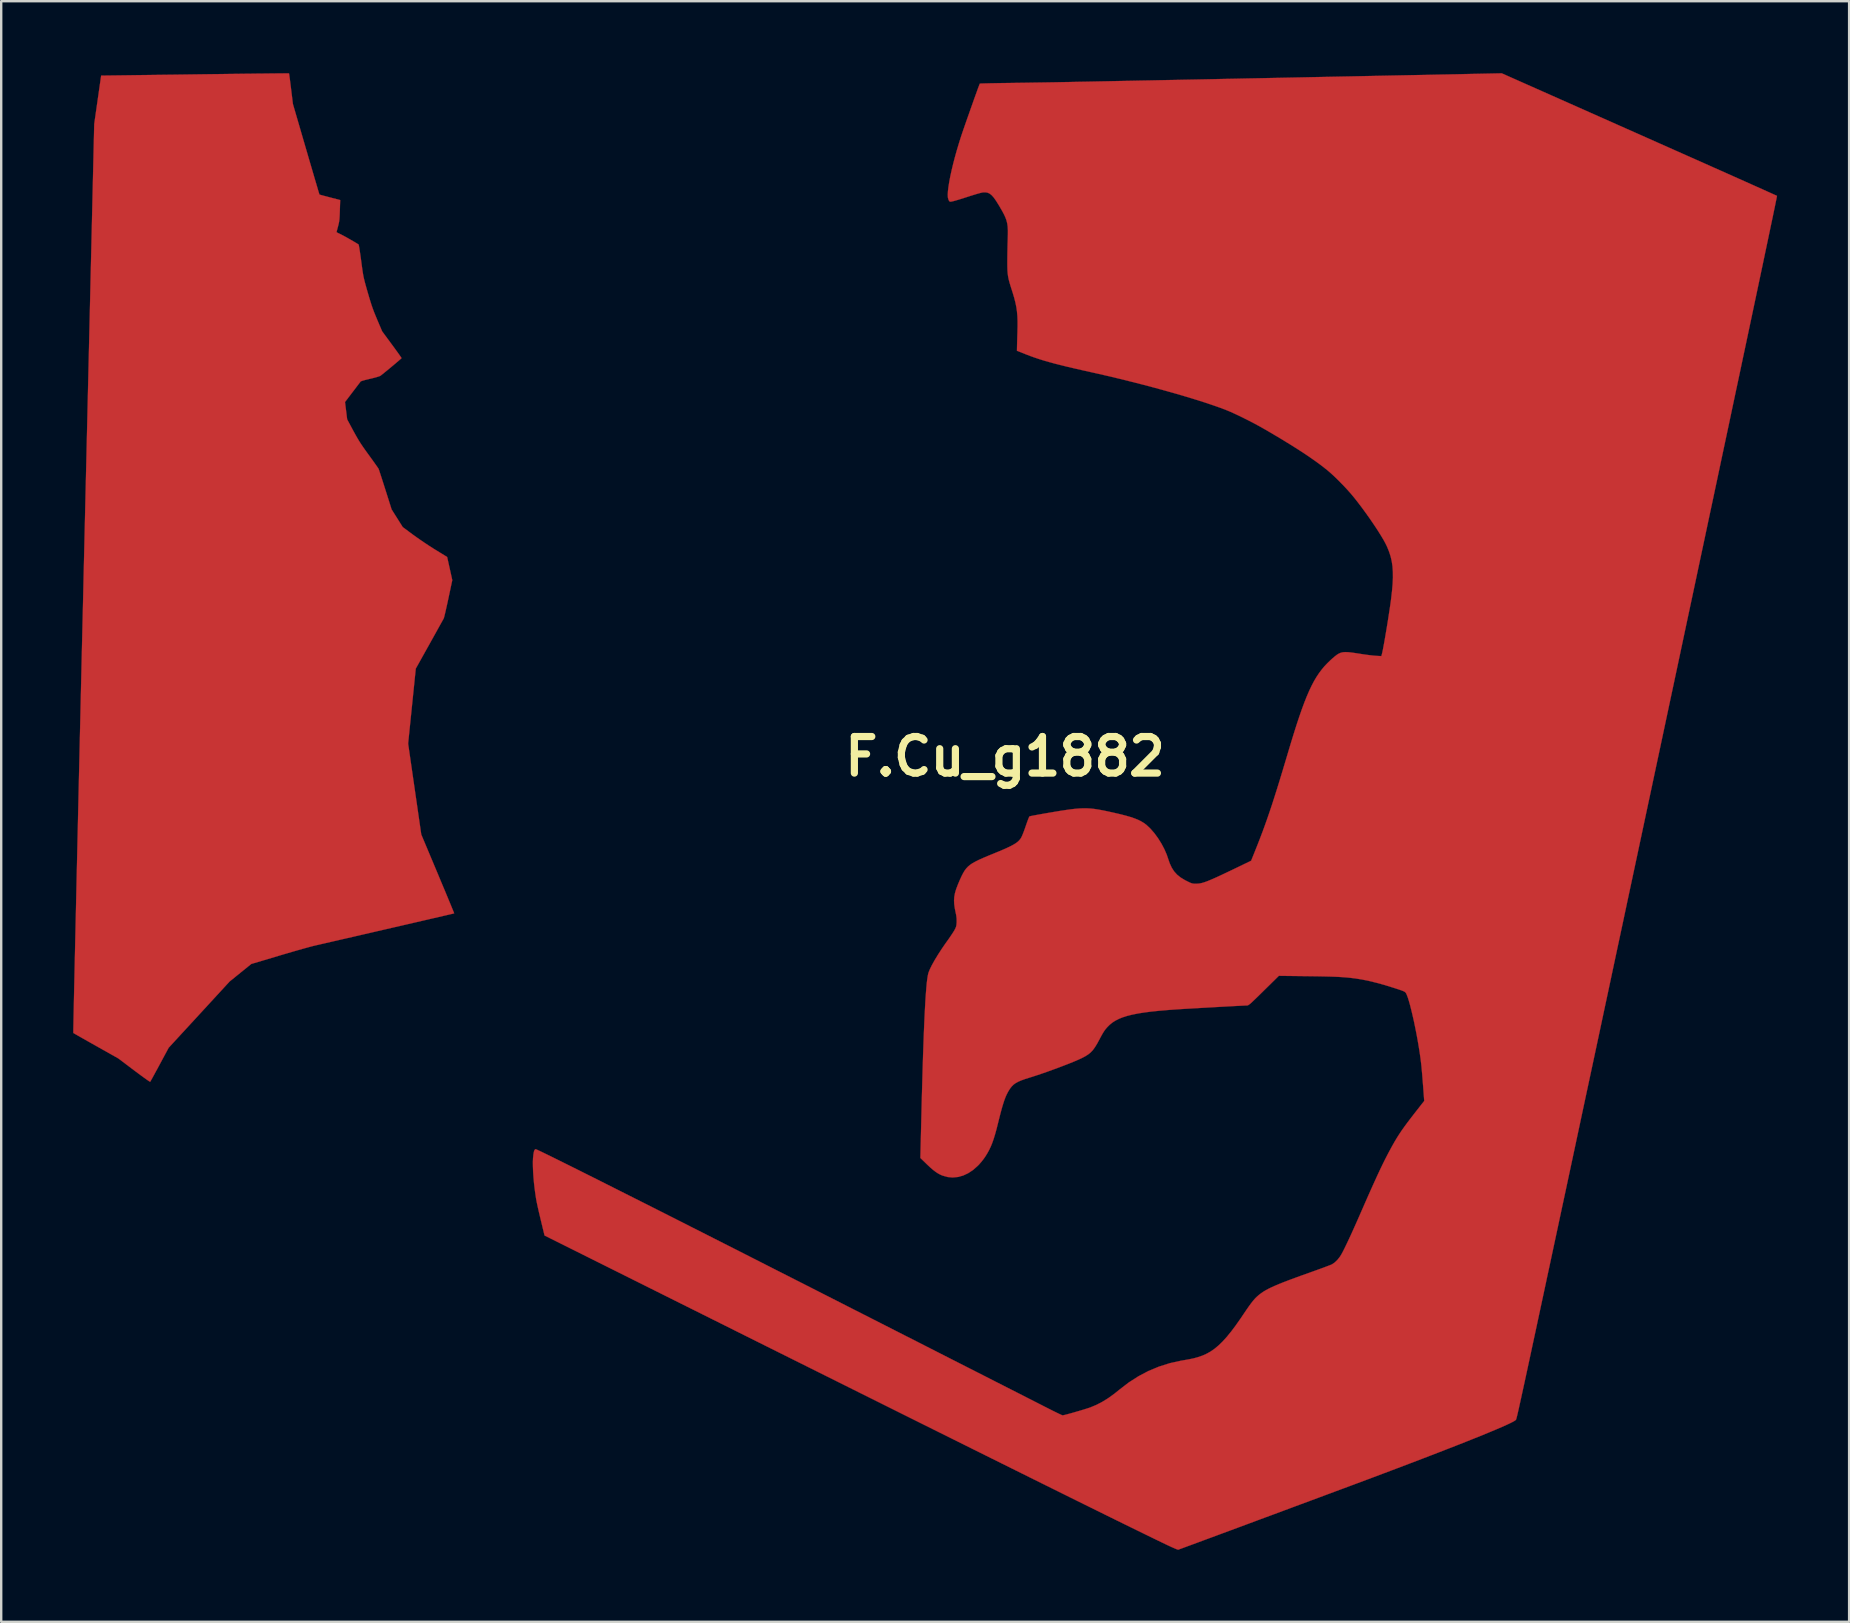
<source format=kicad_pcb>
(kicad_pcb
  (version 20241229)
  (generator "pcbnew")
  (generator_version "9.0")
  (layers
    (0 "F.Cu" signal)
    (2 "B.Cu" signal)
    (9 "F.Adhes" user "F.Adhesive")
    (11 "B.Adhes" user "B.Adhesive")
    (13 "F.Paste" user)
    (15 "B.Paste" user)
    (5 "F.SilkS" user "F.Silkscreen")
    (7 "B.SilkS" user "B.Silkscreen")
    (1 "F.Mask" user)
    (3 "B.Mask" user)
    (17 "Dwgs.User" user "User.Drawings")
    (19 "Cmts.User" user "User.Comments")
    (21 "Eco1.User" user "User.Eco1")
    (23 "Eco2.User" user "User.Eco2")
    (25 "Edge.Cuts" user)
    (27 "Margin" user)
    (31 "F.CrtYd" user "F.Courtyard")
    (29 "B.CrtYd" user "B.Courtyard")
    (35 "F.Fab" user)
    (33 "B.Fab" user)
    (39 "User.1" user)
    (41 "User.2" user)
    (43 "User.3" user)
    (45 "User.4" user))
  (footprint "F.Cu_g1882"
    (layer "F.Cu")
    (at 38.829 28.475)
    (property "Reference" "F.Cu_g1882" (at 0 0 0) (layer "F.SilkS") (effects (font (size 1.524 1.524) (thickness 0.3))))
    (attr through_hole)
    (fp_poly (pts (xy -29.843 -28.468) (xy -29.837 -28.467) (xy -29.832 -28.445) (xy -29.823 -28.386) (xy -29.811 -28.295) (xy -29.795 -28.178) (xy -29.778 -28.039) (xy -29.758 -27.885) (xy -29.751 -27.824) (xy -29.673 -27.189) (xy -29.124 -25.306) (xy -29.044 -25.033) (xy -28.968 -24.772) (xy -28.895 -24.525) (xy -28.828 -24.296) (xy -28.767 -24.087) (xy -28.712 -23.902) (xy -28.665 -23.742) (xy -28.627 -23.611) (xy -28.597 -23.511) (xy -28.577 -23.446) (xy -28.569 -23.419) (xy -28.568 -23.418) (xy -28.547 -23.411) (xy -28.491 -23.395) (xy -28.406 -23.372) (xy -28.299 -23.344) (xy -28.174 -23.311) (xy -28.133 -23.3) (xy -27.704 -23.188) (xy -27.718 -22.754) (xy -27.723 -22.6) (xy -27.729 -22.48) (xy -27.736 -22.384) (xy -27.746 -22.304) (xy -27.76 -22.23) (xy -27.778 -22.153) (xy -27.793 -22.093) (xy -27.818 -22.001) (xy -27.838 -21.924) (xy -27.851 -21.872) (xy -27.855 -21.854) (xy -27.838 -21.84) (xy -27.79 -21.814) (xy -27.724 -21.782) (xy -27.712 -21.777) (xy -27.655 -21.748) (xy -27.574 -21.706) (xy -27.477 -21.653) (xy -27.37 -21.593) (xy -27.261 -21.531) (xy -27.157 -21.471) (xy -27.065 -21.417) (xy -26.993 -21.373) (xy -26.947 -21.343) (xy -26.936 -21.335) (xy -26.929 -21.31) (xy -26.917 -21.248) (xy -26.901 -21.155) (xy -26.883 -21.035) (xy -26.862 -20.894) (xy -26.84 -20.736) (xy -26.828 -20.644) (xy -26.803 -20.457) (xy -26.782 -20.304) (xy -26.763 -20.177) (xy -26.745 -20.066) (xy -26.725 -19.964) (xy -26.701 -19.862) (xy -26.673 -19.752) (xy -26.639 -19.626) (xy -26.596 -19.474) (xy -26.556 -19.335) (xy -26.496 -19.13) (xy -26.443 -18.956) (xy -26.395 -18.805) (xy -26.347 -18.667) (xy -26.296 -18.531) (xy -26.239 -18.389) (xy -26.173 -18.231) (xy -26.164 -18.208) (xy -25.955 -17.718) (xy -25.55 -17.169) (xy -25.452 -17.035) (xy -25.363 -16.912) (xy -25.285 -16.804) (xy -25.222 -16.715) (xy -25.176 -16.649) (xy -25.151 -16.61) (xy -25.147 -16.602) (xy -25.163 -16.586) (xy -25.206 -16.546) (xy -25.273 -16.489) (xy -25.356 -16.418) (xy -25.453 -16.336) (xy -25.557 -16.249) (xy -25.663 -16.161) (xy -25.766 -16.076) (xy -25.862 -15.998) (xy -25.945 -15.931) (xy -26.01 -15.88) (xy -26.026 -15.868) (xy -26.065 -15.85) (xy -26.138 -15.825) (xy -26.238 -15.796) (xy -26.359 -15.765) (xy -26.453 -15.743) (xy -26.574 -15.714) (xy -26.682 -15.687) (xy -26.768 -15.662) (xy -26.827 -15.642) (xy -26.85 -15.63) (xy -26.868 -15.606) (xy -26.908 -15.554) (xy -26.967 -15.477) (xy -27.039 -15.382) (xy -27.122 -15.273) (xy -27.187 -15.188) (xy -27.503 -14.773) (xy -27.413 -14.049) (xy -27.159 -13.576) (xy -27.076 -13.425) (xy -27.001 -13.293) (xy -26.929 -13.171) (xy -26.854 -13.052) (xy -26.771 -12.928) (xy -26.674 -12.789) (xy -26.558 -12.628) (xy -26.515 -12.569) (xy -26.418 -12.435) (xy -26.329 -12.311) (xy -26.25 -12.2) (xy -26.185 -12.109) (xy -26.137 -12.04) (xy -26.11 -11.999) (xy -26.105 -11.991) (xy -26.094 -11.962) (xy -26.072 -11.897) (xy -26.04 -11.801) (xy -26 -11.678) (xy -25.953 -11.533) (xy -25.901 -11.37) (xy -25.845 -11.194) (xy -25.822 -11.123) (xy -25.561 -10.298) (xy -25.329 -9.929) (xy -25.097 -9.561) (xy -24.672 -9.245) (xy -24.527 -9.141) (xy -24.358 -9.023) (xy -24.176 -8.899) (xy -23.993 -8.778) (xy -23.821 -8.668) (xy -23.747 -8.622) (xy -23.247 -8.315) (xy -23.14 -7.834) (xy -23.033 -7.352) (xy -23.197 -6.581) (xy -23.235 -6.404) (xy -23.272 -6.239) (xy -23.305 -6.09) (xy -23.335 -5.962) (xy -23.359 -5.861) (xy -23.378 -5.791) (xy -23.389 -5.757) (xy -23.389 -5.757) (xy -23.404 -5.729) (xy -23.438 -5.668) (xy -23.489 -5.576) (xy -23.554 -5.459) (xy -23.632 -5.319) (xy -23.72 -5.159) (xy -23.818 -4.984) (xy -23.922 -4.797) (xy -23.985 -4.684) (xy -24.554 -3.664) (xy -24.873 -0.54) (xy -24.599 1.355) (xy -24.325 3.249) (xy -23.636 4.889) (xy -23.532 5.139) (xy -23.432 5.377) (xy -23.338 5.6) (xy -23.252 5.807) (xy -23.175 5.993) (xy -23.107 6.157) (xy -23.05 6.295) (xy -23.005 6.404) (xy -22.973 6.482) (xy -22.956 6.526) (xy -22.953 6.534) (xy -22.973 6.539) (xy -23.033 6.554) (xy -23.128 6.576) (xy -23.257 6.606) (xy -23.417 6.643) (xy -23.604 6.687) (xy -23.818 6.736) (xy -24.055 6.791) (xy -24.312 6.85) (xy -24.586 6.914) (xy -24.876 6.981) (xy -25.179 7.051) (xy -25.492 7.123) (xy -25.812 7.197) (xy -26.137 7.272) (xy -26.464 7.348) (xy -26.791 7.423) (xy -27.114 7.498) (xy -27.432 7.571) (xy -27.742 7.642) (xy -28.041 7.711) (xy -28.327 7.777) (xy -28.597 7.839) (xy -28.744 7.873) (xy -28.832 7.894) (xy -28.954 7.926) (xy -29.107 7.968) (xy -29.285 8.017) (xy -29.482 8.073) (xy -29.695 8.134) (xy -29.916 8.199) (xy -30.142 8.265) (xy -30.251 8.298) (xy -31.409 8.643) (xy -31.86 9.008) (xy -32.311 9.373) (xy -33.581 10.754) (xy -34.851 12.134) (xy -35.228 12.835) (xy -35.313 12.994) (xy -35.393 13.14) (xy -35.464 13.271) (xy -35.525 13.382) (xy -35.573 13.468) (xy -35.605 13.526) (xy -35.621 13.552) (xy -35.621 13.552) (xy -35.641 13.544) (xy -35.691 13.512) (xy -35.767 13.46) (xy -35.865 13.39) (xy -35.982 13.305) (xy -36.114 13.208) (xy -36.258 13.1) (xy -36.292 13.075) (xy -36.946 12.581) (xy -37.878 12.056) (xy -38.06 11.953) (xy -38.231 11.857) (xy -38.387 11.768) (xy -38.525 11.69) (xy -38.641 11.624) (xy -38.731 11.572) (xy -38.793 11.536) (xy -38.822 11.519) (xy -38.824 11.517) (xy -38.824 11.496) (xy -38.824 11.433) (xy -38.822 11.329) (xy -38.819 11.186) (xy -38.816 11.005) (xy -38.811 10.786) (xy -38.806 10.53) (xy -38.8 10.239) (xy -38.793 9.913) (xy -38.785 9.553) (xy -38.776 9.16) (xy -38.767 8.735) (xy -38.757 8.28) (xy -38.746 7.794) (xy -38.734 7.28) (xy -38.722 6.737) (xy -38.709 6.167) (xy -38.696 5.571) (xy -38.682 4.95) (xy -38.667 4.304) (xy -38.652 3.635) (xy -38.636 2.944) (xy -38.62 2.231) (xy -38.603 1.497) (xy -38.586 0.744) (xy -38.568 -0.027) (xy -38.55 -0.816) (xy -38.531 -1.622) (xy -38.512 -2.444) (xy -38.493 -3.281) (xy -38.473 -4.131) (xy -38.453 -4.995) (xy -38.432 -5.87) (xy -38.411 -6.756) (xy -38.396 -7.43) (xy -37.952 -26.363) (xy -37.808 -27.369) (xy -37.664 -28.374) (xy -36.628 -28.387) (xy -36.476 -28.389) (xy -36.285 -28.392) (xy -36.059 -28.395) (xy -35.803 -28.398) (xy -35.519 -28.402) (xy -35.211 -28.406) (xy -34.884 -28.41) (xy -34.54 -28.414) (xy -34.184 -28.419) (xy -33.82 -28.424) (xy -33.451 -28.429) (xy -33.08 -28.434) (xy -32.718 -28.438) (xy -32.373 -28.443) (xy -32.039 -28.447) (xy -31.72 -28.451) (xy -31.417 -28.454) (xy -31.134 -28.458) (xy -30.871 -28.46) (xy -30.633 -28.463) (xy -30.421 -28.465) (xy -30.238 -28.466) (xy -30.087 -28.468) (xy -29.968 -28.468) (xy -29.887 -28.468) (xy -29.843 -28.468)) (stroke (width 0.01) (type solid)) (fill yes) (layer "F.Cu"))
    (fp_poly (pts (xy 25.468 -26.351) (xy 25.908 -26.155) (xy 26.346 -25.961) (xy 26.779 -25.768) (xy 27.204 -25.579) (xy 27.62 -25.394) (xy 28.025 -25.214) (xy 28.416 -25.04) (xy 28.792 -24.873) (xy 29.149 -24.714) (xy 29.487 -24.563) (xy 29.803 -24.423) (xy 30.094 -24.293) (xy 30.36 -24.174) (xy 30.596 -24.069) (xy 30.803 -23.977) (xy 30.976 -23.899) (xy 31.115 -23.837) (xy 31.202 -23.798) (xy 32.168 -23.364) (xy 32.141 -23.223) (xy 32.126 -23.151) (xy 32.103 -23.038) (xy 32.072 -22.885) (xy 32.032 -22.695) (xy 31.985 -22.466) (xy 31.929 -22.202) (xy 31.866 -21.902) (xy 31.796 -21.567) (xy 31.718 -21.199) (xy 31.634 -20.798) (xy 31.543 -20.366) (xy 31.445 -19.903) (xy 31.341 -19.411) (xy 31.231 -18.89) (xy 31.115 -18.341) (xy 30.993 -17.766) (xy 30.866 -17.165) (xy 30.733 -16.54) (xy 30.596 -15.891) (xy 30.453 -15.22) (xy 30.306 -14.526) (xy 30.155 -13.812) (xy 29.999 -13.079) (xy 29.839 -12.326) (xy 29.676 -11.556) (xy 29.509 -10.769) (xy 29.338 -9.967) (xy 29.165 -9.15) (xy 28.988 -8.319) (xy 28.809 -7.475) (xy 28.627 -6.619) (xy 28.442 -5.753) (xy 28.256 -4.876) (xy 28.068 -3.991) (xy 27.878 -3.098) (xy 27.686 -2.198) (xy 27.494 -1.293) (xy 27.3 -0.382) (xy 27.105 0.532) (xy 26.91 1.45) (xy 26.714 2.369) (xy 26.518 3.29) (xy 26.322 4.21) (xy 26.126 5.129) (xy 25.93 6.046) (xy 25.736 6.96) (xy 25.541 7.871) (xy 25.348 8.776) (xy 25.157 9.675) (xy 24.966 10.567) (xy 24.778 11.452) (xy 24.591 12.327) (xy 24.406 13.193) (xy 24.223 14.047) (xy 24.043 14.89) (xy 23.866 15.72) (xy 23.692 16.536) (xy 23.521 17.337) (xy 23.353 18.123) (xy 23.188 18.891) (xy 23.028 19.642) (xy 22.871 20.374) (xy 22.719 21.086) (xy 22.57 21.777) (xy 22.543 21.907) (xy 22.419 22.485) (xy 22.304 23.022) (xy 22.197 23.521) (xy 22.098 23.983) (xy 22.006 24.409) (xy 21.922 24.801) (xy 21.845 25.16) (xy 21.774 25.488) (xy 21.71 25.786) (xy 21.652 26.055) (xy 21.599 26.297) (xy 21.552 26.513) (xy 21.51 26.705) (xy 21.473 26.874) (xy 21.44 27.022) (xy 21.412 27.15) (xy 21.387 27.259) (xy 21.366 27.351) (xy 21.348 27.427) (xy 21.333 27.489) (xy 21.321 27.538) (xy 21.311 27.576) (xy 21.302 27.604) (xy 21.296 27.623) (xy 21.291 27.635) (xy 21.287 27.64) (xy 21.247 27.673) (xy 21.167 27.719) (xy 21.048 27.779) (xy 20.892 27.852) (xy 20.699 27.938) (xy 20.469 28.037) (xy 20.203 28.148) (xy 19.903 28.272) (xy 19.568 28.407) (xy 19.199 28.554) (xy 18.797 28.713) (xy 18.363 28.882) (xy 17.898 29.062) (xy 17.402 29.253) (xy 16.875 29.454) (xy 16.319 29.665) (xy 15.734 29.886) (xy 15.122 30.116) (xy 14.481 30.355) (xy 14.446 30.368) (xy 14.127 30.487) (xy 13.792 30.611) (xy 13.444 30.741) (xy 13.084 30.875) (xy 12.715 31.012) (xy 12.34 31.151) (xy 11.961 31.292) (xy 11.581 31.433) (xy 11.201 31.575) (xy 10.824 31.714) (xy 10.453 31.852) (xy 10.09 31.987) (xy 9.737 32.118) (xy 9.398 32.244) (xy 9.073 32.364) (xy 8.766 32.478) (xy 8.479 32.584) (xy 8.214 32.682) (xy 7.974 32.771) (xy 7.761 32.85) (xy 7.578 32.917) (xy 7.427 32.973) (xy 7.31 33.016) (xy 7.23 33.045) (xy 7.218 33.05) (xy 7.191 33.044) (xy 7.131 33.022) (xy 7.045 32.986) (xy 6.937 32.938) (xy 6.813 32.881) (xy 6.71 32.832) (xy 6.519 32.74) (xy 6.308 32.638) (xy 6.078 32.526) (xy 5.828 32.404) (xy 5.556 32.271) (xy 5.263 32.128) (xy 4.948 31.973) (xy 4.61 31.807) (xy 4.249 31.629) (xy 3.864 31.439) (xy 3.455 31.237) (xy 3.02 31.022) (xy 2.56 30.794) (xy 2.074 30.553) (xy 1.561 30.299) (xy 1.021 30.031) (xy 0.453 29.749) (xy -0.143 29.453) (xy -0.769 29.142) (xy -1.424 28.816) (xy -2.109 28.475) (xy -2.825 28.119) (xy -3.573 27.747) (xy -4.352 27.359) (xy -5.164 26.954) (xy -6.009 26.533) (xy -6.887 26.095) (xy -7.8 25.64) (xy -8.747 25.168) (xy -9.73 24.678) (xy -10.749 24.17) (xy -11.804 23.643) (xy -12.896 23.098) (xy -13.261 22.916) (xy -19.188 19.958) (xy -19.342 19.319) (xy -19.393 19.106) (xy -19.435 18.928) (xy -19.469 18.777) (xy -19.497 18.646) (xy -19.521 18.53) (xy -19.541 18.421) (xy -19.558 18.312) (xy -19.575 18.197) (xy -19.592 18.068) (xy -19.599 18.013) (xy -19.627 17.773) (xy -19.648 17.533) (xy -19.664 17.301) (xy -19.672 17.086) (xy -19.674 16.894) (xy -19.668 16.735) (xy -19.665 16.707) (xy -19.65 16.568) (xy -19.632 16.469) (xy -19.61 16.404) (xy -19.582 16.369) (xy -19.556 16.362) (xy -19.529 16.371) (xy -19.466 16.4) (xy -19.367 16.446) (xy -19.232 16.511) (xy -19.064 16.593) (xy -18.862 16.692) (xy -18.628 16.808) (xy -18.362 16.94) (xy -18.066 17.087) (xy -17.741 17.249) (xy -17.386 17.427) (xy -17.004 17.618) (xy -16.595 17.824) (xy -16.16 18.043) (xy -15.7 18.275) (xy -15.215 18.519) (xy -14.707 18.775) (xy -14.177 19.043) (xy -13.625 19.322) (xy -13.053 19.612) (xy -12.46 19.912) (xy -11.849 20.222) (xy -11.22 20.541) (xy -10.574 20.869) (xy -10.456 20.929) (xy -10.239 21.039) (xy -9.992 21.165) (xy -9.719 21.304) (xy -9.42 21.456) (xy -9.098 21.619) (xy -8.755 21.794) (xy -8.392 21.978) (xy -8.012 22.171) (xy -7.617 22.372) (xy -7.208 22.58) (xy -6.788 22.794) (xy -6.359 23.013) (xy -5.921 23.235) (xy -5.478 23.46) (xy -5.032 23.687) (xy -4.583 23.916) (xy -4.135 24.144) (xy -3.689 24.37) (xy -3.248 24.595) (xy -2.812 24.817) (xy -2.384 25.035) (xy -1.967 25.247) (xy -1.561 25.454) (xy -1.169 25.653) (xy -0.793 25.844) (xy -0.435 26.027) (xy -0.096 26.199) (xy 0.22 26.36) (xy 0.513 26.509) (xy 0.781 26.646) (xy 1.021 26.768) (xy 1.231 26.875) (xy 1.41 26.966) (xy 1.556 27.04) (xy 1.666 27.097) (xy 1.685 27.106) (xy 1.842 27.186) (xy 1.989 27.26) (xy 2.119 27.324) (xy 2.23 27.378) (xy 2.317 27.419) (xy 2.375 27.445) (xy 2.398 27.453) (xy 2.434 27.447) (xy 2.504 27.431) (xy 2.6 27.406) (xy 2.718 27.374) (xy 2.849 27.337) (xy 2.987 27.297) (xy 3.125 27.257) (xy 3.258 27.217) (xy 3.377 27.18) (xy 3.477 27.148) (xy 3.551 27.123) (xy 3.556 27.121) (xy 3.81 27.015) (xy 4.056 26.887) (xy 4.302 26.735) (xy 4.554 26.553) (xy 4.763 26.385) (xy 5.152 26.085) (xy 5.557 25.825) (xy 5.978 25.603) (xy 6.416 25.421) (xy 6.869 25.278) (xy 7.34 25.174) (xy 7.382 25.167) (xy 7.538 25.14) (xy 7.662 25.118) (xy 7.761 25.098) (xy 7.845 25.08) (xy 7.922 25.06) (xy 8.002 25.038) (xy 8.043 25.026) (xy 8.226 24.963) (xy 8.401 24.885) (xy 8.57 24.79) (xy 8.736 24.674) (xy 8.901 24.536) (xy 9.069 24.373) (xy 9.241 24.183) (xy 9.421 23.962) (xy 9.61 23.71) (xy 9.813 23.422) (xy 9.942 23.23) (xy 10.066 23.047) (xy 10.172 22.895) (xy 10.264 22.77) (xy 10.346 22.667) (xy 10.421 22.581) (xy 10.495 22.508) (xy 10.57 22.442) (xy 10.599 22.419) (xy 10.679 22.358) (xy 10.767 22.298) (xy 10.865 22.239) (xy 10.977 22.179) (xy 11.104 22.117) (xy 11.251 22.051) (xy 11.419 21.979) (xy 11.613 21.902) (xy 11.835 21.817) (xy 12.089 21.723) (xy 12.376 21.618) (xy 12.701 21.503) (xy 12.713 21.498) (xy 12.893 21.434) (xy 13.065 21.372) (xy 13.222 21.315) (xy 13.361 21.263) (xy 13.476 21.219) (xy 13.563 21.186) (xy 13.615 21.163) (xy 13.623 21.16) (xy 13.737 21.083) (xy 13.852 20.973) (xy 13.96 20.835) (xy 13.969 20.822) (xy 14.015 20.745) (xy 14.077 20.631) (xy 14.152 20.482) (xy 14.24 20.3) (xy 14.341 20.087) (xy 14.452 19.846) (xy 14.572 19.579) (xy 14.702 19.287) (xy 14.838 18.976) (xy 15 18.606) (xy 15.147 18.272) (xy 15.282 17.97) (xy 15.405 17.697) (xy 15.518 17.45) (xy 15.623 17.225) (xy 15.722 17.019) (xy 15.816 16.828) (xy 15.907 16.649) (xy 15.996 16.479) (xy 16.085 16.315) (xy 16.14 16.214) (xy 16.235 16.046) (xy 16.328 15.891) (xy 16.424 15.74) (xy 16.526 15.587) (xy 16.639 15.427) (xy 16.767 15.253) (xy 16.915 15.059) (xy 17.058 14.874) (xy 17.468 14.35) (xy 17.422 13.731) (xy 17.408 13.556) (xy 17.394 13.378) (xy 17.38 13.207) (xy 17.366 13.052) (xy 17.354 12.921) (xy 17.344 12.827) (xy 17.316 12.595) (xy 17.281 12.348) (xy 17.24 12.09) (xy 17.195 11.826) (xy 17.146 11.56) (xy 17.094 11.296) (xy 17.041 11.04) (xy 16.986 10.797) (xy 16.932 10.57) (xy 16.88 10.364) (xy 16.829 10.184) (xy 16.782 10.035) (xy 16.738 9.921) (xy 16.72 9.881) (xy 16.703 9.851) (xy 16.682 9.826) (xy 16.651 9.802) (xy 16.606 9.778) (xy 16.541 9.752) (xy 16.449 9.719) (xy 16.327 9.679) (xy 16.221 9.645) (xy 15.846 9.528) (xy 15.502 9.432) (xy 15.185 9.354) (xy 14.888 9.293) (xy 14.607 9.247) (xy 14.552 9.24) (xy 14.424 9.225) (xy 14.298 9.211) (xy 14.169 9.2) (xy 14.032 9.19) (xy 13.883 9.181) (xy 13.718 9.174) (xy 13.532 9.168) (xy 13.32 9.163) (xy 13.078 9.158) (xy 12.802 9.154) (xy 12.569 9.151) (xy 11.411 9.137) (xy 10.784 9.754) (xy 10.629 9.907) (xy 10.501 10.032) (xy 10.397 10.132) (xy 10.314 10.211) (xy 10.249 10.271) (xy 10.199 10.313) (xy 10.161 10.342) (xy 10.132 10.36) (xy 10.109 10.369) (xy 10.088 10.372) (xy 10.083 10.372) (xy 10.045 10.373) (xy 9.968 10.376) (xy 9.858 10.382) (xy 9.719 10.389) (xy 9.555 10.397) (xy 9.371 10.407) (xy 9.17 10.418) (xy 8.957 10.43) (xy 8.737 10.442) (xy 8.514 10.455) (xy 8.291 10.467) (xy 8.075 10.48) (xy 7.868 10.492) (xy 7.676 10.503) (xy 7.502 10.513) (xy 7.351 10.522) (xy 7.227 10.53) (xy 7.218 10.531) (xy 6.807 10.56) (xy 6.435 10.592) (xy 6.101 10.626) (xy 5.802 10.665) (xy 5.535 10.707) (xy 5.298 10.755) (xy 5.089 10.807) (xy 4.904 10.866) (xy 4.742 10.931) (xy 4.6 11.004) (xy 4.475 11.084) (xy 4.366 11.173) (xy 4.319 11.218) (xy 4.251 11.288) (xy 4.192 11.356) (xy 4.138 11.43) (xy 4.082 11.517) (xy 4.02 11.625) (xy 3.947 11.762) (xy 3.927 11.8) (xy 3.831 11.976) (xy 3.743 12.118) (xy 3.658 12.234) (xy 3.567 12.33) (xy 3.466 12.412) (xy 3.348 12.487) (xy 3.206 12.562) (xy 3.191 12.569) (xy 3.062 12.629) (xy 2.899 12.699) (xy 2.708 12.777) (xy 2.496 12.86) (xy 2.268 12.947) (xy 2.032 13.034) (xy 1.793 13.121) (xy 1.558 13.203) (xy 1.333 13.279) (xy 1.125 13.347) (xy 1.021 13.379) (xy 0.828 13.44) (xy 0.67 13.497) (xy 0.542 13.553) (xy 0.438 13.611) (xy 0.352 13.674) (xy 0.279 13.747) (xy 0.212 13.833) (xy 0.173 13.893) (xy 0.118 13.985) (xy 0.068 14.084) (xy 0.019 14.195) (xy -0.029 14.322) (xy -0.077 14.47) (xy -0.129 14.643) (xy -0.184 14.846) (xy -0.245 15.083) (xy -0.288 15.258) (xy -0.353 15.518) (xy -0.415 15.742) (xy -0.475 15.937) (xy -0.535 16.108) (xy -0.598 16.261) (xy -0.667 16.404) (xy -0.743 16.541) (xy -0.83 16.68) (xy -0.842 16.699) (xy -0.911 16.794) (xy -0.997 16.901) (xy -1.086 17.003) (xy -1.131 17.049) (xy -1.328 17.224) (xy -1.535 17.361) (xy -1.747 17.46) (xy -1.964 17.519) (xy -2.181 17.54) (xy -2.397 17.52) (xy -2.61 17.459) (xy -2.696 17.422) (xy -2.792 17.37) (xy -2.889 17.307) (xy -2.994 17.227) (xy -3.112 17.125) (xy -3.249 16.997) (xy -3.3 16.947) (xy -3.527 16.727) (xy -3.48 14.793) (xy -3.464 14.147) (xy -3.447 13.542) (xy -3.431 12.979) (xy -3.415 12.456) (xy -3.398 11.972) (xy -3.382 11.527) (xy -3.365 11.12) (xy -3.348 10.75) (xy -3.331 10.417) (xy -3.314 10.12) (xy -3.296 9.858) (xy -3.278 9.63) (xy -3.26 9.436) (xy -3.241 9.276) (xy -3.221 9.147) (xy -3.201 9.05) (xy -3.186 8.997) (xy -3.127 8.853) (xy -3.042 8.682) (xy -2.934 8.488) (xy -2.805 8.275) (xy -2.658 8.047) (xy -2.496 7.809) (xy -2.393 7.665) (xy -2.316 7.556) (xy -2.241 7.445) (xy -2.174 7.344) (xy -2.122 7.261) (xy -2.104 7.229) (xy -2.063 7.15) (xy -2.038 7.085) (xy -2.024 7.017) (xy -2.017 6.929) (xy -2.015 6.901) (xy -2.016 6.761) (xy -2.032 6.622) (xy -2.053 6.52) (xy -2.092 6.328) (xy -2.116 6.158) (xy -2.124 6.002) (xy -2.114 5.851) (xy -2.087 5.698) (xy -2.04 5.535) (xy -1.972 5.353) (xy -1.884 5.144) (xy -1.87 5.114) (xy -1.808 4.979) (xy -1.748 4.862) (xy -1.688 4.76) (xy -1.622 4.671) (xy -1.548 4.591) (xy -1.461 4.517) (xy -1.357 4.446) (xy -1.232 4.376) (xy -1.083 4.302) (xy -0.904 4.222) (xy -0.694 4.133) (xy -0.497 4.053) (xy -0.259 3.955) (xy -0.057 3.869) (xy 0.112 3.793) (xy 0.252 3.725) (xy 0.366 3.663) (xy 0.458 3.605) (xy 0.533 3.548) (xy 0.592 3.491) (xy 0.64 3.432) (xy 0.671 3.384) (xy 0.7 3.327) (xy 0.738 3.238) (xy 0.782 3.127) (xy 0.827 3.003) (xy 0.866 2.889) (xy 0.908 2.769) (xy 0.946 2.663) (xy 0.979 2.577) (xy 1.005 2.518) (xy 1.02 2.493) (xy 1.021 2.493) (xy 1.047 2.486) (xy 1.111 2.473) (xy 1.206 2.454) (xy 1.327 2.432) (xy 1.469 2.406) (xy 1.627 2.378) (xy 1.725 2.361) (xy 2.031 2.309) (xy 2.3 2.264) (xy 2.538 2.228) (xy 2.748 2.198) (xy 2.937 2.177) (xy 3.108 2.163) (xy 3.267 2.157) (xy 3.418 2.158) (xy 3.567 2.167) (xy 3.719 2.183) (xy 3.877 2.207) (xy 4.048 2.238) (xy 4.235 2.276) (xy 4.445 2.322) (xy 4.53 2.341) (xy 4.798 2.403) (xy 5.028 2.462) (xy 5.226 2.519) (xy 5.394 2.576) (xy 5.539 2.634) (xy 5.665 2.696) (xy 5.775 2.762) (xy 5.875 2.835) (xy 5.894 2.85) (xy 6.057 3.003) (xy 6.219 3.189) (xy 6.374 3.4) (xy 6.516 3.626) (xy 6.639 3.858) (xy 6.739 4.089) (xy 6.784 4.223) (xy 6.861 4.445) (xy 6.947 4.632) (xy 7.049 4.789) (xy 7.17 4.923) (xy 7.318 5.041) (xy 7.496 5.149) (xy 7.578 5.191) (xy 7.675 5.239) (xy 7.746 5.27) (xy 7.803 5.288) (xy 7.857 5.297) (xy 7.92 5.3) (xy 7.969 5.3) (xy 8.033 5.297) (xy 8.097 5.291) (xy 8.166 5.278) (xy 8.242 5.259) (xy 8.328 5.232) (xy 8.429 5.195) (xy 8.546 5.147) (xy 8.684 5.088) (xy 8.845 5.016) (xy 9.032 4.929) (xy 9.249 4.826) (xy 9.499 4.707) (xy 9.663 4.628) (xy 10.255 4.342) (xy 10.399 3.986) (xy 10.511 3.705) (xy 10.618 3.431) (xy 10.721 3.16) (xy 10.821 2.887) (xy 10.92 2.609) (xy 11.019 2.321) (xy 11.12 2.02) (xy 11.223 1.7) (xy 11.331 1.359) (xy 11.445 0.991) (xy 11.566 0.593) (xy 11.696 0.16) (xy 11.769 -0.085) (xy 11.904 -0.537) (xy 12.031 -0.95) (xy 12.15 -1.326) (xy 12.264 -1.669) (xy 12.372 -1.98) (xy 12.477 -2.262) (xy 12.579 -2.518) (xy 12.679 -2.749) (xy 12.779 -2.958) (xy 12.879 -3.148) (xy 12.981 -3.32) (xy 13.087 -3.479) (xy 13.196 -3.624) (xy 13.31 -3.761) (xy 13.431 -3.889) (xy 13.559 -4.013) (xy 13.639 -4.085) (xy 13.739 -4.171) (xy 13.827 -4.239) (xy 13.909 -4.29) (xy 13.992 -4.325) (xy 14.082 -4.346) (xy 14.184 -4.353) (xy 14.306 -4.348) (xy 14.453 -4.332) (xy 14.632 -4.306) (xy 14.753 -4.287) (xy 14.907 -4.263) (xy 15.062 -4.241) (xy 15.209 -4.222) (xy 15.337 -4.207) (xy 15.436 -4.198) (xy 15.455 -4.197) (xy 15.681 -4.185) (xy 15.704 -4.267) (xy 15.721 -4.335) (xy 15.743 -4.44) (xy 15.769 -4.577) (xy 15.799 -4.739) (xy 15.831 -4.923) (xy 15.865 -5.123) (xy 15.901 -5.334) (xy 15.936 -5.55) (xy 15.971 -5.767) (xy 16.003 -5.979) (xy 16.034 -6.181) (xy 16.061 -6.368) (xy 16.084 -6.534) (xy 16.086 -6.551) (xy 16.125 -6.886) (xy 16.152 -7.186) (xy 16.164 -7.455) (xy 16.162 -7.7) (xy 16.146 -7.925) (xy 16.115 -8.135) (xy 16.069 -8.335) (xy 16.006 -8.53) (xy 15.928 -8.726) (xy 15.911 -8.763) (xy 15.844 -8.899) (xy 15.753 -9.063) (xy 15.64 -9.25) (xy 15.511 -9.454) (xy 15.366 -9.673) (xy 15.211 -9.9) (xy 15.047 -10.131) (xy 14.879 -10.361) (xy 14.709 -10.586) (xy 14.553 -10.784) (xy 14.412 -10.954) (xy 14.249 -11.136) (xy 14.073 -11.324) (xy 13.892 -11.508) (xy 13.713 -11.682) (xy 13.544 -11.835) (xy 13.42 -11.941) (xy 13.181 -12.129) (xy 12.912 -12.326) (xy 12.611 -12.535) (xy 12.276 -12.756) (xy 11.908 -12.989) (xy 11.503 -13.237) (xy 11.062 -13.499) (xy 10.763 -13.672) (xy 10.58 -13.775) (xy 10.378 -13.884) (xy 10.164 -13.995) (xy 9.947 -14.104) (xy 9.735 -14.208) (xy 9.536 -14.301) (xy 9.359 -14.38) (xy 9.229 -14.434) (xy 8.958 -14.537) (xy 8.65 -14.645) (xy 8.308 -14.76) (xy 7.934 -14.878) (xy 7.534 -15) (xy 7.111 -15.124) (xy 6.667 -15.249) (xy 6.208 -15.375) (xy 5.736 -15.5) (xy 5.255 -15.622) (xy 4.77 -15.743) (xy 4.283 -15.859) (xy 3.798 -15.97) (xy 3.609 -16.012) (xy 3.23 -16.097) (xy 2.889 -16.175) (xy 2.581 -16.247) (xy 2.305 -16.315) (xy 2.055 -16.379) (xy 1.828 -16.441) (xy 1.62 -16.501) (xy 1.428 -16.561) (xy 1.247 -16.621) (xy 1.074 -16.683) (xy 0.905 -16.747) (xy 0.9 -16.749) (xy 0.497 -16.908) (xy 0.499 -17.011) (xy 0.5 -17.06) (xy 0.502 -17.145) (xy 0.505 -17.257) (xy 0.509 -17.391) (xy 0.513 -17.539) (xy 0.517 -17.653) (xy 0.523 -17.918) (xy 0.523 -18.15) (xy 0.515 -18.357) (xy 0.498 -18.547) (xy 0.472 -18.729) (xy 0.435 -18.912) (xy 0.386 -19.104) (xy 0.324 -19.314) (xy 0.29 -19.421) (xy 0.232 -19.602) (xy 0.187 -19.753) (xy 0.153 -19.883) (xy 0.129 -20.002) (xy 0.113 -20.119) (xy 0.103 -20.244) (xy 0.098 -20.386) (xy 0.096 -20.555) (xy 0.096 -20.585) (xy 0.097 -20.747) (xy 0.099 -20.936) (xy 0.103 -21.138) (xy 0.107 -21.337) (xy 0.113 -21.519) (xy 0.113 -21.537) (xy 0.119 -21.744) (xy 0.12 -21.918) (xy 0.112 -22.068) (xy 0.095 -22.201) (xy 0.065 -22.326) (xy 0.022 -22.45) (xy -0.038 -22.582) (xy -0.116 -22.729) (xy -0.214 -22.899) (xy -0.271 -22.994) (xy -0.374 -23.159) (xy -0.465 -23.288) (xy -0.549 -23.384) (xy -0.631 -23.451) (xy -0.714 -23.492) (xy -0.803 -23.511) (xy -0.901 -23.51) (xy -0.928 -23.507) (xy -0.98 -23.497) (xy -1.065 -23.475) (xy -1.176 -23.444) (xy -1.304 -23.405) (xy -1.444 -23.362) (xy -1.52 -23.337) (xy -1.665 -23.29) (xy -1.806 -23.245) (xy -1.934 -23.206) (xy -2.042 -23.174) (xy -2.122 -23.151) (xy -2.148 -23.145) (xy -2.225 -23.128) (xy -2.272 -23.121) (xy -2.3 -23.125) (xy -2.32 -23.141) (xy -2.331 -23.155) (xy -2.355 -23.202) (xy -2.375 -23.27) (xy -2.381 -23.301) (xy -2.386 -23.412) (xy -2.378 -23.559) (xy -2.357 -23.738) (xy -2.324 -23.945) (xy -2.28 -24.177) (xy -2.225 -24.429) (xy -2.161 -24.697) (xy -2.088 -24.978) (xy -2.007 -25.267) (xy -1.919 -25.561) (xy -1.843 -25.802) (xy -1.813 -25.894) (xy -1.773 -26.012) (xy -1.725 -26.153) (xy -1.67 -26.311) (xy -1.61 -26.484) (xy -1.546 -26.665) (xy -1.48 -26.852) (xy -1.414 -27.039) (xy -1.349 -27.222) (xy -1.287 -27.398) (xy -1.228 -27.561) (xy -1.175 -27.707) (xy -1.13 -27.832) (xy -1.093 -27.931) (xy -1.067 -28.001) (xy -1.052 -28.036) (xy -1.05 -28.04) (xy -1.027 -28.042) (xy -0.966 -28.045) (xy -0.87 -28.048) (xy -0.742 -28.051) (xy -0.586 -28.055) (xy -0.406 -28.058) (xy -0.205 -28.062) (xy 0.012 -28.065) (xy 0.243 -28.068) (xy 0.29 -28.069) (xy 0.569 -28.073) (xy 0.872 -28.077) (xy 1.188 -28.082) (xy 1.51 -28.087) (xy 1.829 -28.092) (xy 2.135 -28.097) (xy 2.419 -28.103) (xy 2.673 -28.107) (xy 2.741 -28.109) (xy 2.896 -28.112) (xy 3.091 -28.116) (xy 3.32 -28.12) (xy 3.581 -28.125) (xy 3.871 -28.131) (xy 4.185 -28.137) (xy 4.521 -28.144) (xy 4.874 -28.151) (xy 5.242 -28.158) (xy 5.62 -28.166) (xy 6.006 -28.173) (xy 6.395 -28.181) (xy 6.785 -28.189) (xy 7.07 -28.194) (xy 7.403 -28.201) (xy 7.774 -28.208) (xy 8.181 -28.216) (xy 8.619 -28.225) (xy 9.085 -28.235) (xy 9.575 -28.244) (xy 10.085 -28.255) (xy 10.612 -28.265) (xy 11.153 -28.276) (xy 11.703 -28.287) (xy 12.259 -28.298) (xy 12.818 -28.31) (xy 13.375 -28.321) (xy 13.927 -28.332) (xy 14.471 -28.343) (xy 15.002 -28.354) (xy 15.488 -28.364) (xy 20.699 -28.47) (xy 25.468 -26.351)) (stroke (width 0.01) (type solid)) (fill yes) (layer "F.Cu")))
  (gr_rect
    (start -3 -3)
    (end 74.002 64.53)
    (stroke (width 0.1) (type default))
    (fill no)
    (layer "Edge.Cuts")))
</source>
